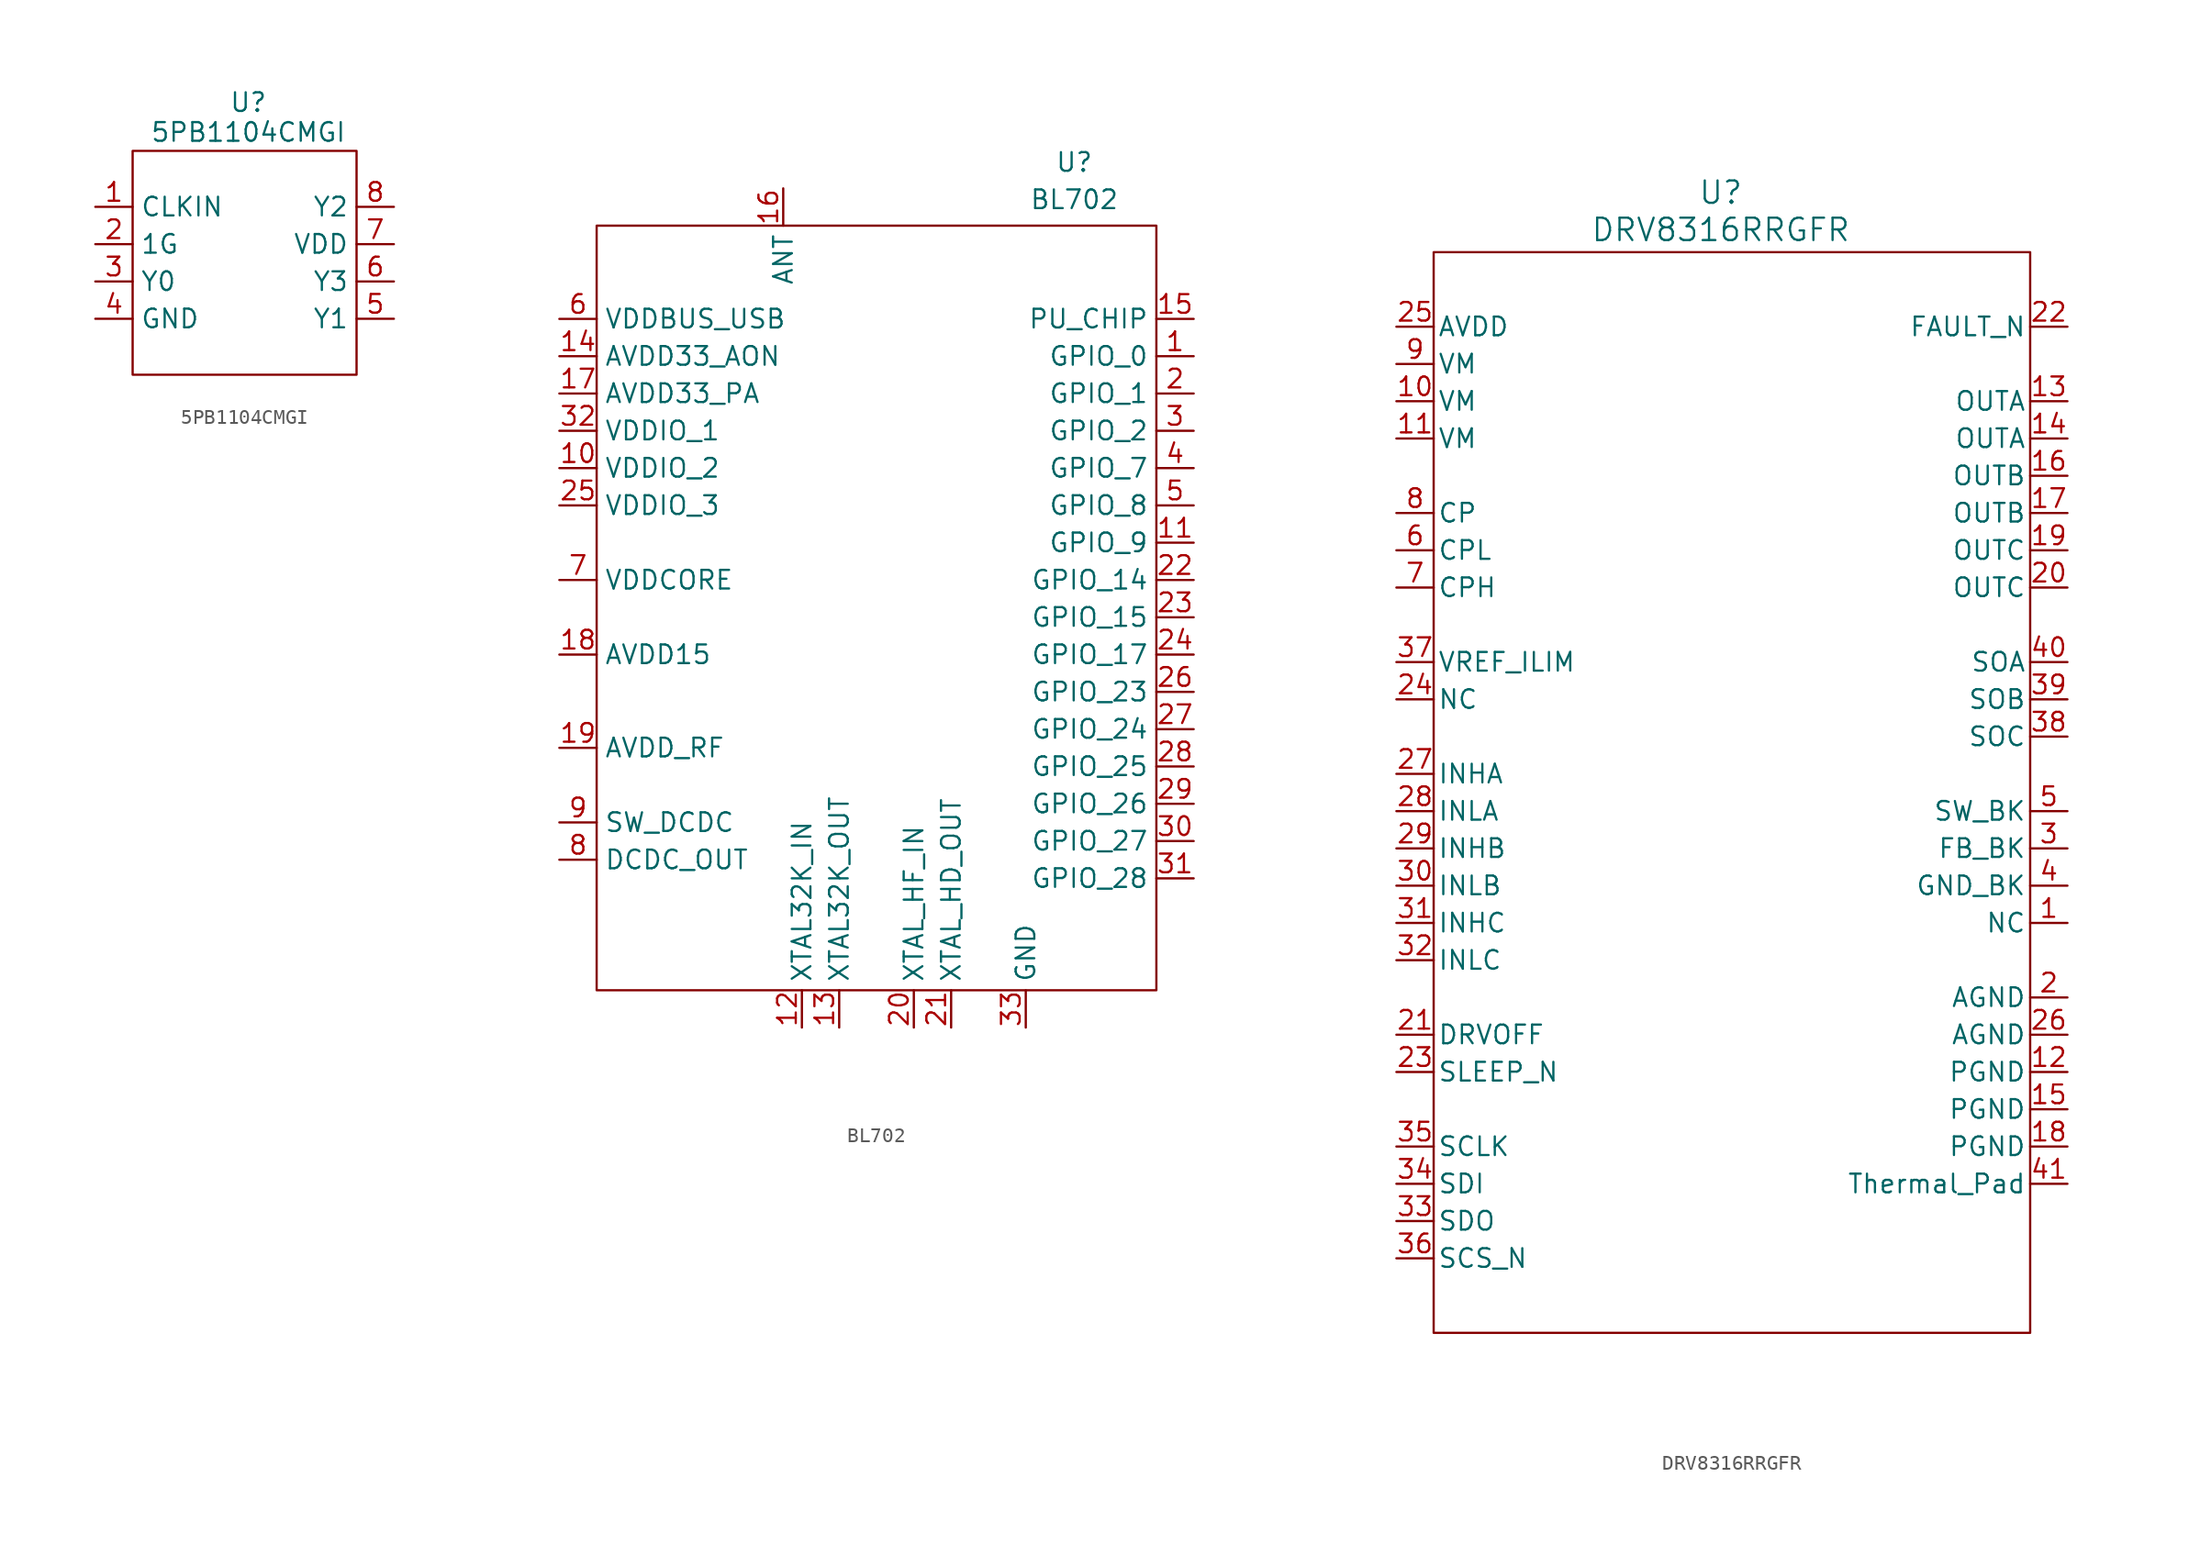
<source format=kicad_sym>
(kicad_symbol_lib
  (version 20241209)
  (generator "kicad_symbol_editor")
  (generator_version "9.0")
  (symbol "5PB1104CMGI"
    (property "Reference" "U"
      (at 7.874 7.112 0)
      (effects (font (size 1.27 1.27))))
    (property "Value" "5PB1104CMGI"
      (at 7.874 5.08 0)
      (effects (font (size 1.27 1.27))))
    (symbol "5PB1104CMGI_0_0"
      (pin unspecified line (at -2.54 0 0) (length 2.54) (name "CLKIN" (effects (font (size 1.27 1.27)))) (number "1" (effects (font (size 1.27 1.27)))))
      (pin unspecified line (at -2.54 -2.54 0) (length 2.54) (name "1G" (effects (font (size 1.27 1.27)))) (number "2" (effects (font (size 1.27 1.27)))))
      (pin unspecified line (at -2.54 -5.08 0) (length 2.54) (name "Y0" (effects (font (size 1.27 1.27)))) (number "3" (effects (font (size 1.27 1.27)))))
      (pin unspecified line (at -2.54 -7.62 0) (length 2.54) (name "GND" (effects (font (size 1.27 1.27)))) (number "4" (effects (font (size 1.27 1.27)))))
      (pin unspecified line (at 17.78 0 180) (length 2.54) (name "Y2" (effects (font (size 1.27 1.27)))) (number "8" (effects (font (size 1.27 1.27)))))
      (pin unspecified line (at 17.78 -2.54 180) (length 2.54) (name "VDD" (effects (font (size 1.27 1.27)))) (number "7" (effects (font (size 1.27 1.27)))))
      (pin unspecified line (at 17.78 -5.08 180) (length 2.54) (name "Y3" (effects (font (size 1.27 1.27)))) (number "6" (effects (font (size 1.27 1.27)))))
      (pin unspecified line (at 17.78 -7.62 180) (length 2.54) (name "Y1" (effects (font (size 1.27 1.27)))) (number "5" (effects (font (size 1.27 1.27))))))
    (symbol "5PB1104CMGI_0_1"
      (rectangle (start 0 3.81) (end 15.24 -11.43) (stroke (width 0) (type default)) (fill (type none)))))
  (symbol "BL702"
    (property "Reference" "U"
      (at 32.512 10.668 0)
      (effects (font (size 1.27 1.27))))
    (property "Value" "BL702"
      (at 32.512 8.128 0)
      (effects (font (size 1.27 1.27))))
    (symbol "BL702_0_0"
      (pin unspecified line (at -2.54 0 0) (length 2.54) (name "VDDBUS_USB" (effects (font (size 1.27 1.27)))) (number "6" (effects (font (size 1.27 1.27)))))
      (pin unspecified line (at -2.54 -2.54 0) (length 2.54) (name "AVDD33_AON" (effects (font (size 1.27 1.27)))) (number "14" (effects (font (size 1.27 1.27)))))
      (pin unspecified line (at -2.54 -5.08 0) (length 2.54) (name "AVDD33_PA" (effects (font (size 1.27 1.27)))) (number "17" (effects (font (size 1.27 1.27)))))
      (pin unspecified line (at -2.54 -7.62 0) (length 2.54) (name "VDDIO_1" (effects (font (size 1.27 1.27)))) (number "32" (effects (font (size 1.27 1.27)))))
      (pin unspecified line (at -2.54 -10.16 0) (length 2.54) (name "VDDIO_2" (effects (font (size 1.27 1.27)))) (number "10" (effects (font (size 1.27 1.27)))))
      (pin unspecified line (at -2.54 -12.7 0) (length 2.54) (name "VDDIO_3" (effects (font (size 1.27 1.27)))) (number "25" (effects (font (size 1.27 1.27)))))
      (pin unspecified line (at -2.54 -17.78 0) (length 2.54) (name "VDDCORE" (effects (font (size 1.27 1.27)))) (number "7" (effects (font (size 1.27 1.27)))))
      (pin unspecified line (at -2.54 -22.86 0) (length 2.54) (name "AVDD15" (effects (font (size 1.27 1.27)))) (number "18" (effects (font (size 1.27 1.27)))))
      (pin unspecified line (at -2.54 -29.21 0) (length 2.54) (name "AVDD_RF" (effects (font (size 1.27 1.27)))) (number "19" (effects (font (size 1.27 1.27)))))
      (pin unspecified line (at -2.54 -34.29 0) (length 2.54) (name "SW_DCDC" (effects (font (size 1.27 1.27)))) (number "9" (effects (font (size 1.27 1.27)))))
      (pin unspecified line (at -2.54 -36.83 0) (length 2.54) (name "DCDC_OUT" (effects (font (size 1.27 1.27)))) (number "8" (effects (font (size 1.27 1.27)))))
      (pin unspecified line (at 12.7 8.89 270) (length 2.54) (name "ANT" (effects (font (size 1.27 1.27)))) (number "16" (effects (font (size 1.27 1.27)))))
      (pin unspecified line (at 13.97 -48.26 90) (length 2.54) (name "XTAL32K_IN" (effects (font (size 1.27 1.27)))) (number "12" (effects (font (size 1.27 1.27)))))
      (pin unspecified line (at 16.51 -48.26 90) (length 2.54) (name "XTAL32K_OUT" (effects (font (size 1.27 1.27)))) (number "13" (effects (font (size 1.27 1.27)))))
      (pin unspecified line (at 21.59 -48.26 90) (length 2.54) (name "XTAL_HF_IN" (effects (font (size 1.27 1.27)))) (number "20" (effects (font (size 1.27 1.27)))))
      (pin unspecified line (at 24.13 -48.26 90) (length 2.54) (name "XTAL_HD_OUT" (effects (font (size 1.27 1.27)))) (number "21" (effects (font (size 1.27 1.27)))))
      (pin unspecified line (at 29.21 -48.26 90) (length 2.54) (name "GND" (effects (font (size 1.27 1.27)))) (number "33" (effects (font (size 1.27 1.27)))))
      (pin unspecified line (at 40.64 0 180) (length 2.54) (name "PU_CHIP" (effects (font (size 1.27 1.27)))) (number "15" (effects (font (size 1.27 1.27)))))
      (pin unspecified line (at 40.64 -2.54 180) (length 2.54) (name "GPIO_0" (effects (font (size 1.27 1.27)))) (number "1" (effects (font (size 1.27 1.27)))))
      (pin unspecified line (at 40.64 -5.08 180) (length 2.54) (name "GPIO_1" (effects (font (size 1.27 1.27)))) (number "2" (effects (font (size 1.27 1.27)))))
      (pin unspecified line (at 40.64 -7.62 180) (length 2.54) (name "GPIO_2" (effects (font (size 1.27 1.27)))) (number "3" (effects (font (size 1.27 1.27)))))
      (pin unspecified line (at 40.64 -10.16 180) (length 2.54) (name "GPIO_7" (effects (font (size 1.27 1.27)))) (number "4" (effects (font (size 1.27 1.27)))))
      (pin unspecified line (at 40.64 -12.7 180) (length 2.54) (name "GPIO_8" (effects (font (size 1.27 1.27)))) (number "5" (effects (font (size 1.27 1.27)))))
      (pin unspecified line (at 40.64 -15.24 180) (length 2.54) (name "GPIO_9" (effects (font (size 1.27 1.27)))) (number "11" (effects (font (size 1.27 1.27)))))
      (pin unspecified line (at 40.64 -17.78 180) (length 2.54) (name "GPIO_14" (effects (font (size 1.27 1.27)))) (number "22" (effects (font (size 1.27 1.27)))))
      (pin unspecified line (at 40.64 -20.32 180) (length 2.54) (name "GPIO_15" (effects (font (size 1.27 1.27)))) (number "23" (effects (font (size 1.27 1.27)))))
      (pin unspecified line (at 40.64 -22.86 180) (length 2.54) (name "GPIO_17" (effects (font (size 1.27 1.27)))) (number "24" (effects (font (size 1.27 1.27)))))
      (pin unspecified line (at 40.64 -25.4 180) (length 2.54) (name "GPIO_23" (effects (font (size 1.27 1.27)))) (number "26" (effects (font (size 1.27 1.27)))))
      (pin unspecified line (at 40.64 -27.94 180) (length 2.54) (name "GPIO_24" (effects (font (size 1.27 1.27)))) (number "27" (effects (font (size 1.27 1.27)))))
      (pin unspecified line (at 40.64 -30.48 180) (length 2.54) (name "GPIO_25" (effects (font (size 1.27 1.27)))) (number "28" (effects (font (size 1.27 1.27)))))
      (pin unspecified line (at 40.64 -33.02 180) (length 2.54) (name "GPIO_26" (effects (font (size 1.27 1.27)))) (number "29" (effects (font (size 1.27 1.27)))))
      (pin unspecified line (at 40.64 -35.56 180) (length 2.54) (name "GPIO_27" (effects (font (size 1.27 1.27)))) (number "30" (effects (font (size 1.27 1.27)))))
      (pin unspecified line (at 40.64 -38.1 180) (length 2.54) (name "GPIO_28" (effects (font (size 1.27 1.27)))) (number "31" (effects (font (size 1.27 1.27))))))
    (symbol "BL702_0_1"
      (rectangle (start 0 6.35) (end 38.1 -45.72) (stroke (width 0) (type default)) (fill (type none)))))
  (symbol "DRV8316RRGFR"
    (pin_names
      (offset 0.254))
    (property "Reference" "U"
      (at 22.098 9.144 0)
      (effects (font (size 1.524 1.524))))
    (property "Value" "DRV8316RRGFR"
      (at 22.098 6.604 0)
      (effects (font (size 1.524 1.524))))
    (symbol "DRV8316RRGFR_0_1"
      (rectangle (start 2.54 5.08) (end 43.18 -68.58) (stroke (width 0) (type default)) (fill (type none)))
      (pin power_in line (at 0 0 0) (length 2.54) (name "AVDD" (effects (font (size 1.27 1.27)))) (number "25" (effects (font (size 1.27 1.27)))))
      (pin power_in line (at 0 -2.54 0) (length 2.54) (name "VM" (effects (font (size 1.27 1.27)))) (number "9" (effects (font (size 1.27 1.27)))))
      (pin power_in line (at 0 -5.08 0) (length 2.54) (name "VM" (effects (font (size 1.27 1.27)))) (number "10" (effects (font (size 1.27 1.27)))))
      (pin power_in line (at 0 -7.62 0) (length 2.54) (name "VM" (effects (font (size 1.27 1.27)))) (number "11" (effects (font (size 1.27 1.27)))))
      (pin unspecified line (at 0 -12.7 0) (length 2.54) (name "CP" (effects (font (size 1.27 1.27)))) (number "8" (effects (font (size 1.27 1.27)))))
      (pin unspecified line (at 0 -15.24 0) (length 2.54) (name "CPL" (effects (font (size 1.27 1.27)))) (number "6" (effects (font (size 1.27 1.27)))))
      (pin unspecified line (at 0 -17.78 0) (length 2.54) (name "CPH" (effects (font (size 1.27 1.27)))) (number "7" (effects (font (size 1.27 1.27)))))
      (pin unspecified line (at 0 -22.86 0) (length 2.54) (name "VREF_ILIM" (effects (font (size 1.27 1.27)))) (number "37" (effects (font (size 1.27 1.27)))))
      (pin unspecified line (at 0 -25.4 0) (length 2.54) (name "NC" (effects (font (size 1.27 1.27)))) (number "24" (effects (font (size 1.27 1.27)))))
      (pin input line (at 0 -30.48 0) (length 2.54) (name "INHA" (effects (font (size 1.27 1.27)))) (number "27" (effects (font (size 1.27 1.27)))))
      (pin input line (at 0 -33.02 0) (length 2.54) (name "INLA" (effects (font (size 1.27 1.27)))) (number "28" (effects (font (size 1.27 1.27)))))
      (pin input line (at 0 -35.56 0) (length 2.54) (name "INHB" (effects (font (size 1.27 1.27)))) (number "29" (effects (font (size 1.27 1.27)))))
      (pin input line (at 0 -38.1 0) (length 2.54) (name "INLB" (effects (font (size 1.27 1.27)))) (number "30" (effects (font (size 1.27 1.27)))))
      (pin input line (at 0 -40.64 0) (length 2.54) (name "INHC" (effects (font (size 1.27 1.27)))) (number "31" (effects (font (size 1.27 1.27)))))
      (pin input line (at 0 -43.18 0) (length 2.54) (name "INLC" (effects (font (size 1.27 1.27)))) (number "32" (effects (font (size 1.27 1.27)))))
      (pin input line (at 0 -48.26 0) (length 2.54) (name "DRVOFF" (effects (font (size 1.27 1.27)))) (number "21" (effects (font (size 1.27 1.27)))))
      (pin input line (at 0 -50.8 0) (length 2.54) (name "SLEEP_N" (effects (font (size 1.27 1.27)))) (number "23" (effects (font (size 1.27 1.27)))))
      (pin input line (at 0 -55.88 0) (length 2.54) (name "SCLK" (effects (font (size 1.27 1.27)))) (number "35" (effects (font (size 1.27 1.27)))))
      (pin input line (at 0 -58.42 0) (length 2.54) (name "SDI" (effects (font (size 1.27 1.27)))) (number "34" (effects (font (size 1.27 1.27)))))
      (pin output line (at 0 -60.96 0) (length 2.54) (name "SDO" (effects (font (size 1.27 1.27)))) (number "33" (effects (font (size 1.27 1.27)))))
      (pin input line (at 0 -63.5 0) (length 2.54) (name "SCS_N" (effects (font (size 1.27 1.27)))) (number "36" (effects (font (size 1.27 1.27)))))
      (pin open_collector line (at 45.72 0 180) (length 2.54) (name "FAULT_N" (effects (font (size 1.27 1.27)))) (number "22" (effects (font (size 1.27 1.27)))))
      (pin unspecified line (at 45.72 -5.08 180) (length 2.54) (name "OUTA" (effects (font (size 1.27 1.27)))) (number "13" (effects (font (size 1.27 1.27)))))
      (pin unspecified line (at 45.72 -7.62 180) (length 2.54) (name "OUTA" (effects (font (size 1.27 1.27)))) (number "14" (effects (font (size 1.27 1.27)))))
      (pin unspecified line (at 45.72 -10.16 180) (length 2.54) (name "OUTB" (effects (font (size 1.27 1.27)))) (number "16" (effects (font (size 1.27 1.27)))))
      (pin unspecified line (at 45.72 -12.7 180) (length 2.54) (name "OUTB" (effects (font (size 1.27 1.27)))) (number "17" (effects (font (size 1.27 1.27)))))
      (pin unspecified line (at 45.72 -15.24 180) (length 2.54) (name "OUTC" (effects (font (size 1.27 1.27)))) (number "19" (effects (font (size 1.27 1.27)))))
      (pin unspecified line (at 45.72 -17.78 180) (length 2.54) (name "OUTC" (effects (font (size 1.27 1.27)))) (number "20" (effects (font (size 1.27 1.27)))))
      (pin unspecified line (at 45.72 -22.86 180) (length 2.54) (name "SOA" (effects (font (size 1.27 1.27)))) (number "40" (effects (font (size 1.27 1.27)))))
      (pin unspecified line (at 45.72 -25.4 180) (length 2.54) (name "SOB" (effects (font (size 1.27 1.27)))) (number "39" (effects (font (size 1.27 1.27)))))
      (pin unspecified line (at 45.72 -27.94 180) (length 2.54) (name "SOC" (effects (font (size 1.27 1.27)))) (number "38" (effects (font (size 1.27 1.27)))))
      (pin unspecified line (at 45.72 -33.02 180) (length 2.54) (name "SW_BK" (effects (font (size 1.27 1.27)))) (number "5" (effects (font (size 1.27 1.27)))))
      (pin unspecified line (at 45.72 -35.56 180) (length 2.54) (name "FB_BK" (effects (font (size 1.27 1.27)))) (number "3" (effects (font (size 1.27 1.27)))))
      (pin power_in line (at 45.72 -38.1 180) (length 2.54) (name "GND_BK" (effects (font (size 1.27 1.27)))) (number "4" (effects (font (size 1.27 1.27)))))
      (pin unspecified line (at 45.72 -40.64 180) (length 2.54) (name "NC" (effects (font (size 1.27 1.27)))) (number "1" (effects (font (size 1.27 1.27)))))
      (pin power_in line (at 45.72 -45.72 180) (length 2.54) (name "AGND" (effects (font (size 1.27 1.27)))) (number "2" (effects (font (size 1.27 1.27)))))
      (pin power_in line (at 45.72 -48.26 180) (length 2.54) (name "AGND" (effects (font (size 1.27 1.27)))) (number "26" (effects (font (size 1.27 1.27)))))
      (pin power_in line (at 45.72 -50.8 180) (length 2.54) (name "PGND" (effects (font (size 1.27 1.27)))) (number "12" (effects (font (size 1.27 1.27)))))
      (pin power_in line (at 45.72 -53.34 180) (length 2.54) (name "PGND" (effects (font (size 1.27 1.27)))) (number "15" (effects (font (size 1.27 1.27)))))
      (pin power_in line (at 45.72 -55.88 180) (length 2.54) (name "PGND" (effects (font (size 1.27 1.27)))) (number "18" (effects (font (size 1.27 1.27)))))
      (pin power_in line (at 45.72 -58.42 180) (length 2.54) (name "Thermal_Pad" (effects (font (size 1.27 1.27)))) (number "41" (effects (font (size 1.27 1.27))))))))
</source>
